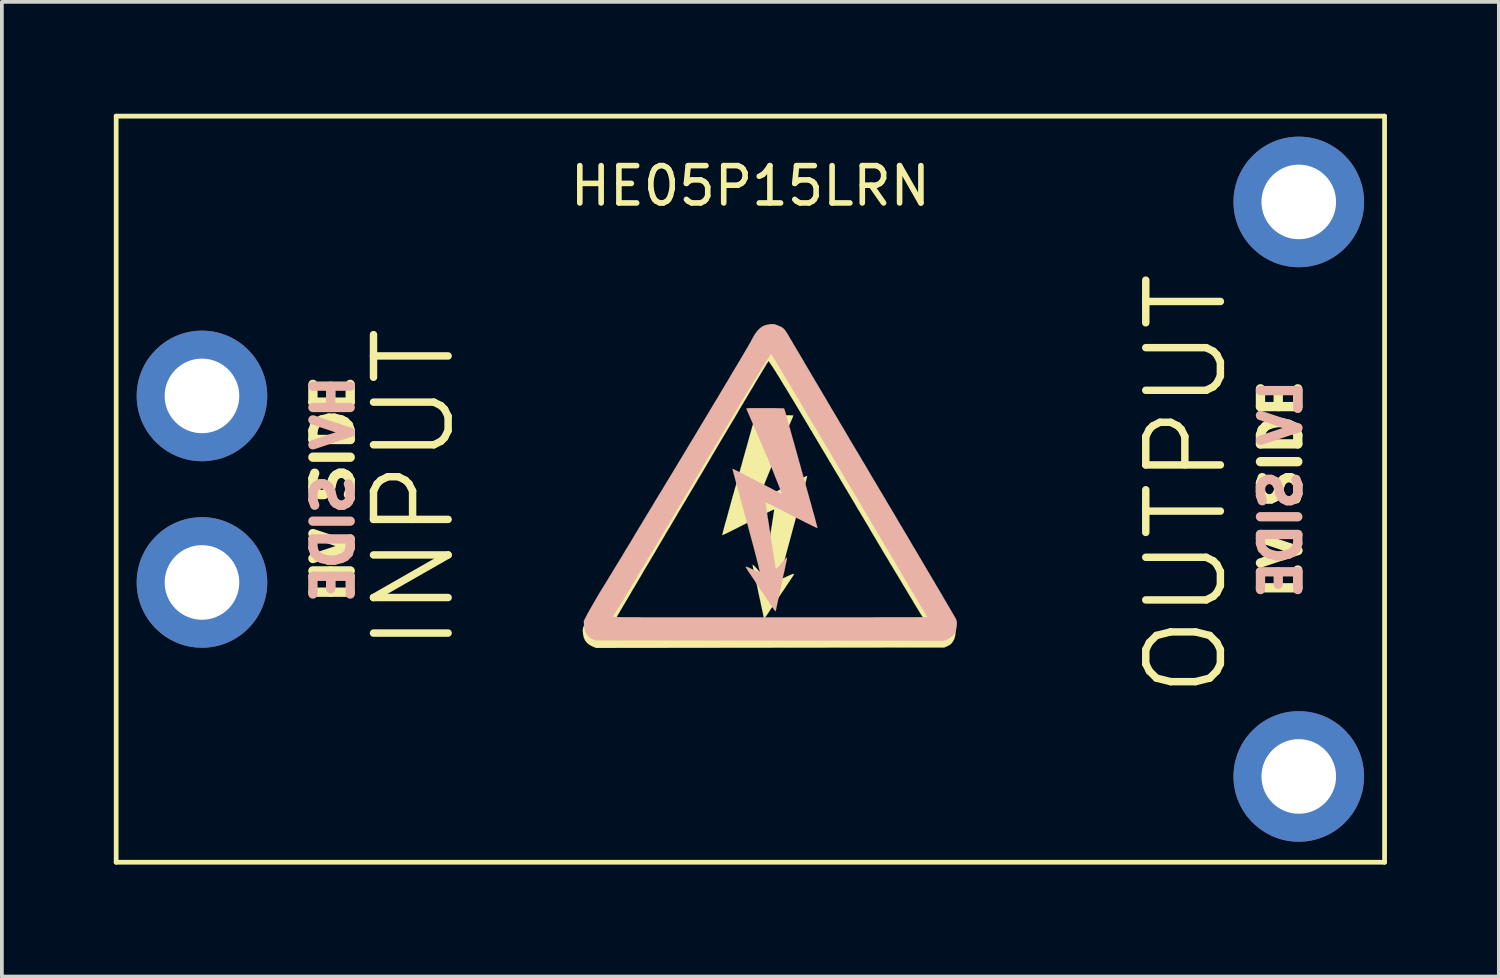
<source format=kicad_pcb>
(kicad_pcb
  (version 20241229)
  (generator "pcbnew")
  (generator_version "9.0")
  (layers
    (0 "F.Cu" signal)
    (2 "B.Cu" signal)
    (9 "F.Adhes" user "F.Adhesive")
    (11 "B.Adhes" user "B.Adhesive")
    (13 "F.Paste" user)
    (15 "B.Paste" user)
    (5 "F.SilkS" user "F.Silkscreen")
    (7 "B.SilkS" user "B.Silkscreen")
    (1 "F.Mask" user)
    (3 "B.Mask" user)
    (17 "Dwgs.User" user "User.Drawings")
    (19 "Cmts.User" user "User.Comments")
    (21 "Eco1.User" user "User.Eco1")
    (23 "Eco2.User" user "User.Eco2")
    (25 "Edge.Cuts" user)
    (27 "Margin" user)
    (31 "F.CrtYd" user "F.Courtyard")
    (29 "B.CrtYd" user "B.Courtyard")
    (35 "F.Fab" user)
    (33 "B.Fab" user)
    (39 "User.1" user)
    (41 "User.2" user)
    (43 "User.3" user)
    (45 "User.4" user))
  (footprint "HE05P15LRN"
    (layer "F.Cu")
    (at 17.064 10.063)
    (property "Reference" "HE05P15LRN" (at 0 -8.128 0) (layer "F.SilkS") (effects (font (size 1 1) (thickness 0.15))))
    (attr through_hole)
    (fp_line (start -17 -10) (end -17 10) (stroke (width 0.127) (type solid)) (layer "F.SilkS"))
    (fp_line (start -17 10) (end 17 10) (stroke (width 0.127) (type solid)) (layer "F.SilkS"))
    (fp_line (start 17 -10) (end -17 -10) (stroke (width 0.127) (type solid)) (layer "F.SilkS"))
    (fp_line (start 17 10) (end 17 -10) (stroke (width 0.127) (type solid)) (layer "F.SilkS"))
    (fp_poly (pts (xy 1.524 -0.358) (xy 1.521 -0.348) (xy 1.516 -0.323) (xy 1.506 -0.284) (xy 1.494 -0.239) (xy 1.494 -0.229) (xy 1.476 -0.17) (xy 1.458 -0.102) (xy 1.438 -0.028) (xy 1.42 0.036) (xy 1.417 0.043) (xy 1.405 0.089) (xy 1.392 0.132) (xy 1.382 0.175) (xy 1.369 0.221) (xy 1.354 0.272) (xy 1.339 0.33) (xy 1.321 0.401) (xy 1.298 0.485) (xy 1.27 0.587) (xy 1.267 0.589) (xy 1.24 0.696) (xy 1.217 0.782) (xy 1.196 0.859) (xy 1.179 0.922) (xy 1.163 0.98) (xy 1.148 1.031) (xy 1.135 1.082) (xy 1.12 1.133) (xy 1.118 1.146) (xy 1.102 1.204) (xy 1.087 1.262) (xy 1.072 1.316) (xy 1.062 1.356) (xy 1.059 1.367) (xy 1.019 1.514) (xy 0.98 1.656) (xy 0.945 1.788) (xy 0.912 1.913) (xy 0.884 2.024) (xy 0.859 2.126) (xy 0.836 2.212) (xy 0.818 2.289) (xy 0.805 2.347) (xy 0.795 2.388) (xy 0.792 2.413) (xy 0.792 2.421) (xy 0.805 2.418) (xy 0.831 2.408) (xy 0.871 2.39) (xy 0.917 2.37) (xy 0.963 2.349) (xy 1.029 2.319) (xy 1.079 2.296) (xy 1.115 2.281) (xy 1.14 2.273) (xy 1.158 2.271) (xy 1.166 2.273) (xy 1.168 2.273) (xy 1.168 2.276) (xy 1.166 2.283) (xy 1.161 2.294) (xy 1.151 2.309) (xy 1.138 2.332) (xy 1.118 2.365) (xy 1.09 2.405) (xy 1.054 2.459) (xy 1.011 2.522) (xy 0.958 2.601) (xy 0.897 2.695) (xy 0.884 2.715) (xy 0.828 2.794) (xy 0.77 2.883) (xy 0.709 2.972) (xy 0.653 3.058) (xy 0.599 3.137) (xy 0.551 3.205) (xy 0.538 3.226) (xy 0.493 3.297) (xy 0.455 3.353) (xy 0.427 3.393) (xy 0.404 3.424) (xy 0.389 3.447) (xy 0.378 3.457) (xy 0.371 3.462) (xy 0.368 3.462) (xy 0.366 3.457) (xy 0.366 3.454) (xy 0.361 3.439) (xy 0.353 3.409) (xy 0.345 3.368) (xy 0.335 3.32) (xy 0.328 3.284) (xy 0.315 3.231) (xy 0.302 3.165) (xy 0.284 3.086) (xy 0.267 3) (xy 0.246 2.908) (xy 0.226 2.814) (xy 0.218 2.779) (xy 0.198 2.682) (xy 0.178 2.586) (xy 0.157 2.492) (xy 0.137 2.403) (xy 0.119 2.324) (xy 0.107 2.258) (xy 0.094 2.205) (xy 0.091 2.195) (xy 0.081 2.139) (xy 0.071 2.093) (xy 0.064 2.055) (xy 0.061 2.032) (xy 0.061 2.027) (xy 0.069 2.027) (xy 0.079 2.035) (xy 0.099 2.052) (xy 0.127 2.083) (xy 0.165 2.123) (xy 0.211 2.177) (xy 0.262 2.235) (xy 0.3 2.276) (xy 0.328 2.306) (xy 0.345 2.324) (xy 0.358 2.332) (xy 0.363 2.332) (xy 0.366 2.322) (xy 0.371 2.294) (xy 0.376 2.253) (xy 0.386 2.2) (xy 0.394 2.141) (xy 0.396 2.123) (xy 0.409 2.047) (xy 0.422 1.963) (xy 0.434 1.882) (xy 0.447 1.808) (xy 0.455 1.758) (xy 0.465 1.692) (xy 0.478 1.613) (xy 0.49 1.529) (xy 0.503 1.45) (xy 0.508 1.407) (xy 0.518 1.328) (xy 0.533 1.24) (xy 0.546 1.148) (xy 0.561 1.062) (xy 0.566 1.026) (xy 0.579 0.953) (xy 0.589 0.876) (xy 0.602 0.8) (xy 0.612 0.734) (xy 0.617 0.696) (xy 0.625 0.645) (xy 0.632 0.602) (xy 0.638 0.569) (xy 0.64 0.554) (xy 0.64 0.551) (xy 0.64 0.546) (xy 0.632 0.544) (xy 0.62 0.549) (xy 0.594 0.559) (xy 0.561 0.574) (xy 0.513 0.597) (xy 0.455 0.627) (xy 0.378 0.665) (xy 0.335 0.688) (xy 0.15 0.782) (xy -0.018 0.869) (xy -0.168 0.945) (xy -0.302 1.013) (xy -0.417 1.072) (xy -0.516 1.12) (xy -0.597 1.161) (xy -0.66 1.191) (xy -0.709 1.214) (xy -0.739 1.227) (xy -0.752 1.232) (xy -0.752 1.229) (xy -0.752 1.217) (xy -0.744 1.186) (xy -0.732 1.138) (xy -0.716 1.079) (xy -0.699 1.011) (xy -0.678 0.935) (xy -0.655 0.853) (xy -0.63 0.767) (xy -0.612 0.701) (xy -0.594 0.635) (xy -0.577 0.569) (xy -0.559 0.511) (xy -0.546 0.46) (xy -0.538 0.429) (xy -0.526 0.386) (xy -0.511 0.33) (xy -0.493 0.269) (xy -0.478 0.213) (xy -0.46 0.15) (xy -0.439 0.079) (xy -0.422 0.01) (xy -0.409 -0.033) (xy -0.394 -0.084) (xy -0.376 -0.147) (xy -0.356 -0.218) (xy -0.335 -0.292) (xy -0.323 -0.34) (xy -0.305 -0.404) (xy -0.287 -0.47) (xy -0.269 -0.528) (xy -0.257 -0.579) (xy -0.246 -0.61) (xy -0.239 -0.638) (xy -0.226 -0.683) (xy -0.211 -0.742) (xy -0.191 -0.813) (xy -0.168 -0.892) (xy -0.145 -0.978) (xy -0.119 -1.069) (xy -0.107 -1.11) (xy -0.079 -1.209) (xy -0.051 -1.311) (xy -0.023 -1.412) (xy 0.005 -1.509) (xy 0.03 -1.598) (xy 0.051 -1.676) (xy 0.069 -1.737) (xy 0.071 -1.748) (xy 0.089 -1.811) (xy 0.104 -1.867) (xy 0.119 -1.915) (xy 0.132 -1.951) (xy 0.14 -1.971) (xy 0.142 -1.974) (xy 0.155 -1.976) (xy 0.183 -1.976) (xy 0.229 -1.979) (xy 0.287 -1.979) (xy 0.356 -1.981) (xy 0.432 -1.981) (xy 0.511 -1.981) (xy 0.597 -1.981) (xy 0.683 -1.981) (xy 0.772 -1.981) (xy 0.853 -1.981) (xy 0.932 -1.981) (xy 1.001 -1.981) (xy 1.059 -1.981) (xy 1.105 -1.979) (xy 1.135 -1.979) (xy 1.151 -1.976) (xy 1.148 -1.966) (xy 1.14 -1.941) (xy 1.125 -1.905) (xy 1.11 -1.869) (xy 1.011 -1.641) (xy 0.912 -1.417) (xy 0.82 -1.204) (xy 0.732 -0.996) (xy 0.648 -0.8) (xy 0.569 -0.617) (xy 0.5 -0.445) (xy 0.434 -0.287) (xy 0.378 -0.145) (xy 0.328 -0.018) (xy 0.315 0.013) (xy 0.29 0.076) (xy 0.267 0.137) (xy 0.246 0.188) (xy 0.231 0.231) (xy 0.218 0.259) (xy 0.218 0.264) (xy 0.208 0.292) (xy 0.201 0.31) (xy 0.201 0.315) (xy 0.211 0.312) (xy 0.236 0.3) (xy 0.279 0.279) (xy 0.335 0.251) (xy 0.404 0.216) (xy 0.485 0.173) (xy 0.577 0.124) (xy 0.678 0.071) (xy 0.79 0.015) (xy 0.909 -0.046) (xy 0.932 -0.058) (xy 1.026 -0.107) (xy 1.118 -0.155) (xy 1.204 -0.198) (xy 1.283 -0.239) (xy 1.351 -0.274) (xy 1.412 -0.305) (xy 1.463 -0.33) (xy 1.499 -0.348) (xy 1.519 -0.356) (xy 1.524 -0.358)) (stroke (width 0.003) (type solid)) (fill yes) (layer "F.SilkS"))
    (fp_poly (pts (xy 5.507 3.721) (xy 5.504 3.82) (xy 5.491 3.919) (xy 5.469 4.008) (xy 5.428 4.084) (xy 5.405 4.115) (xy 5.382 4.143) (xy 5.354 4.166) (xy 5.321 4.186) (xy 5.283 4.206) (xy 5.199 4.244) (xy 4.729 4.244) (xy 4.729 3.609) (xy 4.722 3.594) (xy 4.707 3.569) (xy 4.684 3.531) (xy 4.656 3.485) (xy 4.638 3.459) (xy 4.62 3.432) (xy 4.608 3.409) (xy 4.592 3.386) (xy 4.58 3.365) (xy 4.564 3.343) (xy 4.549 3.32) (xy 4.534 3.292) (xy 4.514 3.259) (xy 4.488 3.218) (xy 4.46 3.172) (xy 4.427 3.117) (xy 4.387 3.051) (xy 4.341 2.972) (xy 4.285 2.88) (xy 4.221 2.774) (xy 4.155 2.662) (xy 4.097 2.568) (xy 4.044 2.477) (xy 3.993 2.393) (xy 3.947 2.316) (xy 3.907 2.248) (xy 3.871 2.192) (xy 3.846 2.149) (xy 3.828 2.118) (xy 3.818 2.103) (xy 3.807 2.083) (xy 3.787 2.05) (xy 3.759 2.007) (xy 3.729 1.953) (xy 3.696 1.897) (xy 3.678 1.867) (xy 3.635 1.796) (xy 3.586 1.717) (xy 3.538 1.636) (xy 3.495 1.56) (xy 3.454 1.494) (xy 3.454 1.491) (xy 3.416 1.43) (xy 3.378 1.364) (xy 3.343 1.303) (xy 3.31 1.25) (xy 3.287 1.212) (xy 3.261 1.168) (xy 3.228 1.115) (xy 3.193 1.052) (xy 3.155 0.986) (xy 3.117 0.922) (xy 3.114 0.919) (xy 3.073 0.851) (xy 3.028 0.772) (xy 2.977 0.688) (xy 2.929 0.607) (xy 2.885 0.536) (xy 2.845 0.467) (xy 2.799 0.386) (xy 2.748 0.302) (xy 2.697 0.216) (xy 2.649 0.135) (xy 2.626 0.099) (xy 2.583 0.023) (xy 2.532 -0.058) (xy 2.482 -0.145) (xy 2.433 -0.226) (xy 2.39 -0.3) (xy 2.372 -0.33) (xy 2.337 -0.389) (xy 2.304 -0.442) (xy 2.276 -0.49) (xy 2.253 -0.528) (xy 2.238 -0.554) (xy 2.235 -0.559) (xy 2.223 -0.579) (xy 2.202 -0.615) (xy 2.177 -0.658) (xy 2.146 -0.709) (xy 2.123 -0.744) (xy 2.093 -0.798) (xy 2.065 -0.846) (xy 2.04 -0.886) (xy 2.022 -0.917) (xy 2.014 -0.93) (xy 2.004 -0.95) (xy 1.984 -0.983) (xy 1.956 -1.026) (xy 1.925 -1.079) (xy 1.892 -1.135) (xy 1.877 -1.161) (xy 1.834 -1.232) (xy 1.786 -1.313) (xy 1.735 -1.4) (xy 1.684 -1.483) (xy 1.641 -1.56) (xy 1.638 -1.562) (xy 1.6 -1.623) (xy 1.567 -1.681) (xy 1.534 -1.735) (xy 1.509 -1.781) (xy 1.488 -1.811) (xy 1.483 -1.821) (xy 1.466 -1.852) (xy 1.438 -1.897) (xy 1.402 -1.956) (xy 1.361 -2.027) (xy 1.313 -2.106) (xy 1.26 -2.195) (xy 1.204 -2.289) (xy 1.146 -2.385) (xy 1.085 -2.484) (xy 1.026 -2.583) (xy 0.968 -2.68) (xy 0.909 -2.774) (xy 0.856 -2.86) (xy 0.808 -2.941) (xy 0.765 -3.012) (xy 0.726 -3.073) (xy 0.721 -3.078) (xy 0.683 -3.145) (xy 0.643 -3.205) (xy 0.605 -3.266) (xy 0.569 -3.32) (xy 0.536 -3.365) (xy 0.513 -3.401) (xy 0.498 -3.426) (xy 0.488 -3.434) (xy 0.483 -3.426) (xy 0.465 -3.401) (xy 0.439 -3.363) (xy 0.406 -3.307) (xy 0.366 -3.241) (xy 0.318 -3.162) (xy 0.264 -3.071) (xy 0.203 -2.972) (xy 0.137 -2.863) (xy 0.069 -2.743) (xy -0.008 -2.619) (xy -0.084 -2.489) (xy -0.165 -2.355) (xy -0.206 -2.283) (xy -0.221 -2.261) (xy -0.244 -2.223) (xy -0.272 -2.174) (xy -0.307 -2.116) (xy -0.343 -2.052) (xy -0.381 -1.986) (xy -0.551 -1.702) (xy -0.714 -1.43) (xy -0.869 -1.168) (xy -1.019 -0.914) (xy -1.163 -0.668) (xy -1.308 -0.422) (xy -1.349 -0.353) (xy -1.387 -0.292) (xy -1.422 -0.231) (xy -1.455 -0.175) (xy -1.483 -0.13) (xy -1.504 -0.094) (xy -1.509 -0.084) (xy -1.527 -0.056) (xy -1.552 -0.013) (xy -1.582 0.038) (xy -1.618 0.097) (xy -1.656 0.163) (xy -1.684 0.208) (xy -1.722 0.274) (xy -1.76 0.338) (xy -1.796 0.396) (xy -1.826 0.447) (xy -1.849 0.485) (xy -1.859 0.505) (xy -1.882 0.541) (xy -1.91 0.587) (xy -1.941 0.64) (xy -1.971 0.693) (xy -1.976 0.701) (xy -2.024 0.782) (xy -2.073 0.866) (xy -2.121 0.947) (xy -2.167 1.026) (xy -2.21 1.095) (xy -2.243 1.151) (xy -2.256 1.171) (xy -2.281 1.214) (xy -2.306 1.26) (xy -2.329 1.298) (xy -2.332 1.3) (xy -2.344 1.326) (xy -2.37 1.367) (xy -2.403 1.422) (xy -2.446 1.496) (xy -2.497 1.582) (xy -2.555 1.684) (xy -2.624 1.798) (xy -2.697 1.923) (xy -2.781 2.062) (xy -2.87 2.212) (xy -2.873 2.217) (xy -2.918 2.296) (xy -2.967 2.38) (xy -3.018 2.466) (xy -3.066 2.548) (xy -3.109 2.621) (xy -3.137 2.664) (xy -3.175 2.728) (xy -3.213 2.797) (xy -3.251 2.86) (xy -3.284 2.918) (xy -3.312 2.964) (xy -3.317 2.969) (xy -3.345 3.018) (xy -3.373 3.066) (xy -3.396 3.106) (xy -3.414 3.134) (xy -3.454 3.205) (xy -3.495 3.274) (xy -3.536 3.343) (xy -3.574 3.409) (xy -3.609 3.467) (xy -3.64 3.518) (xy -3.663 3.559) (xy -3.68 3.586) (xy -3.688 3.599) (xy -3.691 3.599) (xy -3.698 3.614) (xy -3.698 3.617) (xy -3.688 3.617) (xy -3.66 3.619) (xy -3.612 3.619) (xy -3.546 3.619) (xy -3.462 3.619) (xy -3.36 3.622) (xy -3.246 3.622) (xy -3.114 3.622) (xy -2.967 3.622) (xy -2.807 3.622) (xy -2.631 3.622) (xy -2.443 3.622) (xy -2.245 3.625) (xy -2.035 3.625) (xy -1.811 3.625) (xy -1.58 3.625) (xy -1.339 3.625) (xy -1.087 3.625) (xy -0.828 3.625) (xy -0.564 3.625) (xy -0.29 3.625) (xy -0.01 3.625) (xy 0.277 3.625) (xy 0.518 3.625) (xy 0.866 3.625) (xy 1.194 3.625) (xy 1.501 3.625) (xy 1.791 3.625) (xy 2.065 3.625) (xy 2.319 3.625) (xy 2.558 3.625) (xy 2.781 3.625) (xy 2.99 3.625) (xy 3.18 3.625) (xy 3.358 3.625) (xy 3.52 3.625) (xy 3.673 3.625) (xy 3.81 3.625) (xy 3.934 3.625) (xy 4.049 3.622) (xy 4.15 3.622) (xy 4.242 3.622) (xy 4.323 3.622) (xy 4.397 3.622) (xy 4.46 3.622) (xy 4.516 3.619) (xy 4.562 3.619) (xy 4.602 3.619) (xy 4.636 3.617) (xy 4.663 3.617) (xy 4.686 3.617) (xy 4.702 3.614) (xy 4.714 3.614) (xy 4.722 3.612) (xy 4.727 3.612) (xy 4.729 3.609) (xy 4.729 4.244) (xy 0.531 4.249) (xy -4.135 4.255) (xy -4.224 4.219) (xy -4.308 4.176) (xy -4.376 4.122) (xy -4.427 4.059) (xy -4.463 3.983) (xy -4.483 3.894) (xy -4.491 3.8) (xy -4.491 3.772) (xy -4.488 3.749) (xy -4.486 3.729) (xy -4.481 3.706) (xy -4.47 3.68) (xy -4.455 3.65) (xy -4.432 3.609) (xy -4.404 3.559) (xy -4.366 3.495) (xy -4.346 3.459) (xy -4.313 3.404) (xy -4.28 3.348) (xy -4.252 3.299) (xy -4.229 3.261) (xy -4.214 3.236) (xy -4.196 3.203) (xy -4.168 3.157) (xy -4.135 3.101) (xy -4.1 3.038) (xy -4.059 2.969) (xy -4.018 2.901) (xy -3.98 2.835) (xy -3.973 2.824) (xy -3.95 2.786) (xy -3.922 2.738) (xy -3.889 2.682) (xy -3.853 2.621) (xy -3.818 2.563) (xy -3.777 2.494) (xy -3.731 2.416) (xy -3.683 2.334) (xy -3.637 2.256) (xy -3.609 2.207) (xy -3.571 2.144) (xy -3.531 2.075) (xy -3.49 2.007) (xy -3.454 1.946) (xy -3.429 1.902) (xy -3.399 1.852) (xy -3.363 1.791) (xy -3.322 1.725) (xy -3.282 1.656) (xy -3.246 1.593) (xy -3.208 1.529) (xy -3.17 1.463) (xy -3.132 1.4) (xy -3.099 1.346) (xy -3.073 1.303) (xy -3.073 1.3) (xy -3.058 1.278) (xy -3.043 1.25) (xy -3.023 1.217) (xy -3.002 1.181) (xy -2.974 1.138) (xy -2.944 1.085) (xy -2.908 1.024) (xy -2.868 0.955) (xy -2.819 0.871) (xy -2.764 0.777) (xy -2.7 0.671) (xy -2.626 0.549) (xy -2.545 0.409) (xy -2.54 0.404) (xy -2.497 0.328) (xy -2.451 0.254) (xy -2.408 0.18) (xy -2.37 0.117) (xy -2.337 0.061) (xy -2.311 0.018) (xy -2.301 0) (xy -2.281 -0.033) (xy -2.253 -0.079) (xy -2.217 -0.14) (xy -2.177 -0.208) (xy -2.134 -0.282) (xy -2.088 -0.361) (xy -2.047 -0.429) (xy -1.963 -0.569) (xy -1.885 -0.704) (xy -1.808 -0.831) (xy -1.737 -0.95) (xy -1.671 -1.059) (xy -1.613 -1.158) (xy -1.562 -1.245) (xy -1.521 -1.313) (xy -1.499 -1.351) (xy -1.481 -1.384) (xy -1.453 -1.433) (xy -1.417 -1.491) (xy -1.374 -1.562) (xy -1.328 -1.641) (xy -1.28 -1.725) (xy -1.229 -1.811) (xy -1.191 -1.872) (xy -1.138 -1.961) (xy -1.085 -2.052) (xy -1.031 -2.141) (xy -0.983 -2.225) (xy -0.937 -2.304) (xy -0.897 -2.37) (xy -0.866 -2.423) (xy -0.851 -2.449) (xy -0.813 -2.512) (xy -0.772 -2.583) (xy -0.732 -2.652) (xy -0.693 -2.713) (xy -0.673 -2.748) (xy -0.643 -2.802) (xy -0.605 -2.865) (xy -0.564 -2.934) (xy -0.523 -3.005) (xy -0.493 -3.053) (xy -0.419 -3.178) (xy -0.356 -3.289) (xy -0.297 -3.388) (xy -0.246 -3.475) (xy -0.203 -3.546) (xy -0.17 -3.602) (xy -0.147 -3.642) (xy -0.132 -3.665) (xy -0.117 -3.691) (xy -0.094 -3.729) (xy -0.069 -3.774) (xy -0.038 -3.825) (xy -0.03 -3.835) (xy 0.015 -3.917) (xy 0.053 -3.98) (xy 0.086 -4.031) (xy 0.114 -4.072) (xy 0.142 -4.102) (xy 0.168 -4.128) (xy 0.196 -4.148) (xy 0.226 -4.166) (xy 0.264 -4.181) (xy 0.307 -4.199) (xy 0.315 -4.201) (xy 0.358 -4.219) (xy 0.389 -4.229) (xy 0.419 -4.234) (xy 0.45 -4.234) (xy 0.495 -4.234) (xy 0.579 -4.221) (xy 0.658 -4.201) (xy 0.732 -4.166) (xy 0.798 -4.115) (xy 0.861 -4.049) (xy 0.922 -3.967) (xy 0.98 -3.866) (xy 1.013 -3.805) (xy 1.026 -3.78) (xy 1.049 -3.739) (xy 1.079 -3.686) (xy 1.115 -3.622) (xy 1.158 -3.551) (xy 1.204 -3.472) (xy 1.252 -3.391) (xy 1.3 -3.307) (xy 1.351 -3.223) (xy 1.4 -3.142) (xy 1.443 -3.068) (xy 1.46 -3.043) (xy 1.483 -3) (xy 1.516 -2.949) (xy 1.552 -2.888) (xy 1.59 -2.822) (xy 1.631 -2.753) (xy 1.633 -2.748) (xy 1.687 -2.662) (xy 1.748 -2.558) (xy 1.819 -2.438) (xy 1.897 -2.306) (xy 1.986 -2.159) (xy 2.083 -1.999) (xy 2.184 -1.829) (xy 2.294 -1.646) (xy 2.41 -1.453) (xy 2.532 -1.25) (xy 2.659 -1.041) (xy 2.789 -0.823) (xy 2.926 -0.597) (xy 3.063 -0.368) (xy 3.205 -0.132) (xy 3.35 0.104) (xy 3.386 0.165) (xy 3.449 0.269) (xy 3.518 0.381) (xy 3.592 0.503) (xy 3.665 0.627) (xy 3.741 0.752) (xy 3.818 0.876) (xy 3.891 0.998) (xy 3.96 1.115) (xy 4.026 1.222) (xy 4.084 1.318) (xy 4.135 1.402) (xy 4.163 1.453) (xy 4.249 1.595) (xy 4.326 1.722) (xy 4.397 1.836) (xy 4.46 1.943) (xy 4.519 2.042) (xy 4.577 2.136) (xy 4.633 2.228) (xy 4.689 2.319) (xy 4.747 2.416) (xy 4.801 2.504) (xy 4.902 2.67) (xy 4.994 2.819) (xy 5.077 2.954) (xy 5.151 3.078) (xy 5.215 3.188) (xy 5.273 3.289) (xy 5.326 3.381) (xy 5.372 3.462) (xy 5.413 3.538) (xy 5.446 3.599) (xy 5.507 3.721)) (stroke (width 0.003) (type solid)) (fill yes) (layer "F.SilkS"))
    (fp_poly (pts (xy -0.48 -0.549) (xy -0.478 -0.538) (xy -0.472 -0.513) (xy -0.462 -0.475) (xy -0.45 -0.429) (xy -0.45 -0.419) (xy -0.432 -0.361) (xy -0.414 -0.292) (xy -0.394 -0.218) (xy -0.376 -0.155) (xy -0.373 -0.147) (xy -0.361 -0.102) (xy -0.348 -0.058) (xy -0.338 -0.015) (xy -0.325 0.03) (xy -0.31 0.081) (xy -0.295 0.14) (xy -0.277 0.211) (xy -0.254 0.295) (xy -0.226 0.396) (xy -0.224 0.399) (xy -0.196 0.505) (xy -0.173 0.592) (xy -0.152 0.668) (xy -0.135 0.732) (xy -0.119 0.79) (xy -0.104 0.841) (xy -0.091 0.892) (xy -0.076 0.942) (xy -0.074 0.955) (xy -0.058 1.013) (xy -0.043 1.072) (xy -0.028 1.125) (xy -0.018 1.166) (xy -0.015 1.176) (xy 0.025 1.323) (xy 0.064 1.466) (xy 0.099 1.598) (xy 0.132 1.722) (xy 0.16 1.834) (xy 0.185 1.935) (xy 0.208 2.022) (xy 0.226 2.098) (xy 0.239 2.156) (xy 0.249 2.197) (xy 0.251 2.223) (xy 0.251 2.23) (xy 0.239 2.228) (xy 0.213 2.217) (xy 0.173 2.2) (xy 0.127 2.179) (xy 0.081 2.159) (xy 0.015 2.129) (xy -0.036 2.106) (xy -0.071 2.09) (xy -0.097 2.083) (xy -0.114 2.08) (xy -0.122 2.083) (xy -0.124 2.083) (xy -0.124 2.085) (xy -0.122 2.093) (xy -0.117 2.103) (xy -0.107 2.118) (xy -0.094 2.141) (xy -0.074 2.174) (xy -0.046 2.215) (xy -0.01 2.268) (xy 0.033 2.332) (xy 0.086 2.41) (xy 0.147 2.504) (xy 0.16 2.525) (xy 0.216 2.603) (xy 0.274 2.692) (xy 0.335 2.781) (xy 0.391 2.868) (xy 0.445 2.946) (xy 0.493 3.015) (xy 0.505 3.035) (xy 0.551 3.106) (xy 0.589 3.162) (xy 0.617 3.203) (xy 0.64 3.233) (xy 0.655 3.256) (xy 0.665 3.266) (xy 0.673 3.272) (xy 0.676 3.272) (xy 0.678 3.266) (xy 0.678 3.264) (xy 0.683 3.249) (xy 0.691 3.218) (xy 0.699 3.178) (xy 0.709 3.129) (xy 0.716 3.094) (xy 0.729 3.04) (xy 0.742 2.974) (xy 0.759 2.896) (xy 0.777 2.809) (xy 0.798 2.718) (xy 0.818 2.624) (xy 0.826 2.588) (xy 0.846 2.492) (xy 0.866 2.395) (xy 0.886 2.301) (xy 0.907 2.212) (xy 0.925 2.134) (xy 0.937 2.068) (xy 0.95 2.014) (xy 0.953 2.004) (xy 0.963 1.948) (xy 0.973 1.902) (xy 0.98 1.864) (xy 0.983 1.841) (xy 0.983 1.836) (xy 0.975 1.836) (xy 0.965 1.844) (xy 0.945 1.862) (xy 0.917 1.892) (xy 0.879 1.933) (xy 0.833 1.986) (xy 0.782 2.045) (xy 0.744 2.085) (xy 0.716 2.116) (xy 0.699 2.134) (xy 0.686 2.141) (xy 0.681 2.141) (xy 0.678 2.131) (xy 0.673 2.103) (xy 0.668 2.062) (xy 0.658 2.009) (xy 0.65 1.951) (xy 0.648 1.933) (xy 0.635 1.857) (xy 0.622 1.773) (xy 0.61 1.692) (xy 0.597 1.618) (xy 0.589 1.567) (xy 0.579 1.501) (xy 0.566 1.422) (xy 0.554 1.339) (xy 0.541 1.26) (xy 0.536 1.217) (xy 0.526 1.138) (xy 0.511 1.049) (xy 0.498 0.958) (xy 0.483 0.871) (xy 0.478 0.836) (xy 0.465 0.762) (xy 0.455 0.686) (xy 0.442 0.61) (xy 0.432 0.544) (xy 0.427 0.505) (xy 0.419 0.455) (xy 0.411 0.411) (xy 0.406 0.378) (xy 0.404 0.363) (xy 0.404 0.361) (xy 0.404 0.356) (xy 0.411 0.353) (xy 0.424 0.358) (xy 0.45 0.368) (xy 0.483 0.384) (xy 0.531 0.406) (xy 0.589 0.437) (xy 0.665 0.475) (xy 0.709 0.498) (xy 0.894 0.592) (xy 1.062 0.678) (xy 1.212 0.754) (xy 1.346 0.823) (xy 1.46 0.881) (xy 1.56 0.93) (xy 1.641 0.97) (xy 1.704 1.001) (xy 1.753 1.024) (xy 1.783 1.036) (xy 1.796 1.041) (xy 1.796 1.039) (xy 1.796 1.026) (xy 1.788 0.996) (xy 1.775 0.947) (xy 1.76 0.889) (xy 1.742 0.82) (xy 1.722 0.744) (xy 1.699 0.663) (xy 1.674 0.577) (xy 1.656 0.511) (xy 1.638 0.445) (xy 1.621 0.378) (xy 1.603 0.32) (xy 1.59 0.269) (xy 1.582 0.239) (xy 1.57 0.196) (xy 1.554 0.14) (xy 1.537 0.079) (xy 1.521 0.023) (xy 1.504 -0.041) (xy 1.483 -0.112) (xy 1.466 -0.18) (xy 1.453 -0.224) (xy 1.438 -0.274) (xy 1.42 -0.338) (xy 1.4 -0.409) (xy 1.379 -0.483) (xy 1.367 -0.531) (xy 1.349 -0.594) (xy 1.331 -0.66) (xy 1.313 -0.719) (xy 1.3 -0.77) (xy 1.29 -0.8) (xy 1.283 -0.828) (xy 1.27 -0.874) (xy 1.255 -0.932) (xy 1.234 -1.003) (xy 1.212 -1.082) (xy 1.189 -1.168) (xy 1.163 -1.26) (xy 1.151 -1.3) (xy 1.123 -1.4) (xy 1.095 -1.501) (xy 1.067 -1.603) (xy 1.039 -1.699) (xy 1.013 -1.788) (xy 0.993 -1.867) (xy 0.975 -1.928) (xy 0.973 -1.938) (xy 0.955 -2.002) (xy 0.94 -2.057) (xy 0.925 -2.106) (xy 0.912 -2.141) (xy 0.904 -2.162) (xy 0.902 -2.164) (xy 0.889 -2.167) (xy 0.861 -2.167) (xy 0.815 -2.169) (xy 0.757 -2.169) (xy 0.688 -2.172) (xy 0.612 -2.172) (xy 0.533 -2.172) (xy 0.447 -2.172) (xy 0.361 -2.172) (xy 0.272 -2.172) (xy 0.191 -2.172) (xy 0.112 -2.172) (xy 0.043 -2.172) (xy -0.015 -2.172) (xy -0.061 -2.169) (xy -0.091 -2.169) (xy -0.107 -2.167) (xy -0.104 -2.156) (xy -0.097 -2.131) (xy -0.081 -2.095) (xy -0.066 -2.06) (xy 0.033 -1.831) (xy 0.132 -1.608) (xy 0.224 -1.394) (xy 0.312 -1.186) (xy 0.396 -0.991) (xy 0.475 -0.808) (xy 0.544 -0.635) (xy 0.61 -0.478) (xy 0.665 -0.335) (xy 0.716 -0.208) (xy 0.729 -0.178) (xy 0.754 -0.114) (xy 0.777 -0.053) (xy 0.798 -0.003) (xy 0.813 0.041) (xy 0.826 0.069) (xy 0.826 0.074) (xy 0.836 0.102) (xy 0.843 0.119) (xy 0.843 0.124) (xy 0.833 0.122) (xy 0.808 0.109) (xy 0.765 0.089) (xy 0.709 0.061) (xy 0.64 0.025) (xy 0.559 -0.018) (xy 0.467 -0.066) (xy 0.366 -0.119) (xy 0.254 -0.175) (xy 0.135 -0.236) (xy 0.112 -0.249) (xy 0.018 -0.297) (xy -0.074 -0.345) (xy -0.16 -0.389) (xy -0.239 -0.429) (xy -0.307 -0.465) (xy -0.368 -0.495) (xy -0.419 -0.521) (xy -0.455 -0.538) (xy -0.475 -0.546) (xy -0.48 -0.549)) (stroke (width 0.003) (type solid)) (fill yes) (layer "B.SilkS"))
    (fp_poly (pts (xy -4.463 3.531) (xy -4.46 3.63) (xy -4.448 3.729) (xy -4.425 3.818) (xy -4.384 3.894) (xy -4.361 3.924) (xy -4.338 3.952) (xy -4.31 3.975) (xy -4.277 3.995) (xy -4.239 4.016) (xy -4.155 4.054) (xy -3.686 4.054) (xy -3.686 3.419) (xy -3.678 3.404) (xy -3.663 3.378) (xy -3.64 3.34) (xy -3.612 3.294) (xy -3.594 3.269) (xy -3.576 3.241) (xy -3.564 3.218) (xy -3.548 3.195) (xy -3.536 3.175) (xy -3.52 3.152) (xy -3.505 3.129) (xy -3.49 3.101) (xy -3.47 3.068) (xy -3.444 3.028) (xy -3.416 2.982) (xy -3.383 2.926) (xy -3.343 2.86) (xy -3.297 2.781) (xy -3.241 2.69) (xy -3.178 2.583) (xy -3.111 2.471) (xy -3.053 2.377) (xy -3 2.286) (xy -2.949 2.202) (xy -2.903 2.126) (xy -2.863 2.057) (xy -2.827 2.002) (xy -2.802 1.958) (xy -2.784 1.928) (xy -2.774 1.913) (xy -2.764 1.892) (xy -2.743 1.859) (xy -2.715 1.816) (xy -2.685 1.763) (xy -2.652 1.707) (xy -2.634 1.676) (xy -2.591 1.605) (xy -2.543 1.527) (xy -2.494 1.445) (xy -2.451 1.369) (xy -2.41 1.303) (xy -2.41 1.3) (xy -2.372 1.24) (xy -2.334 1.173) (xy -2.299 1.113) (xy -2.266 1.059) (xy -2.243 1.021) (xy -2.217 0.978) (xy -2.184 0.925) (xy -2.149 0.861) (xy -2.111 0.795) (xy -2.073 0.732) (xy -2.07 0.729) (xy -2.029 0.66) (xy -1.984 0.582) (xy -1.933 0.498) (xy -1.885 0.417) (xy -1.841 0.345) (xy -1.801 0.277) (xy -1.755 0.196) (xy -1.704 0.112) (xy -1.654 0.025) (xy -1.605 -0.056) (xy -1.582 -0.091) (xy -1.539 -0.168) (xy -1.488 -0.249) (xy -1.438 -0.335) (xy -1.389 -0.417) (xy -1.346 -0.49) (xy -1.328 -0.521) (xy -1.293 -0.579) (xy -1.26 -0.632) (xy -1.232 -0.681) (xy -1.209 -0.719) (xy -1.194 -0.744) (xy -1.191 -0.749) (xy -1.179 -0.77) (xy -1.158 -0.805) (xy -1.133 -0.848) (xy -1.102 -0.899) (xy -1.079 -0.935) (xy -1.049 -0.988) (xy -1.021 -1.036) (xy -0.996 -1.077) (xy -0.978 -1.107) (xy -0.97 -1.12) (xy -0.96 -1.14) (xy -0.94 -1.173) (xy -0.912 -1.217) (xy -0.881 -1.27) (xy -0.848 -1.326) (xy -0.833 -1.351) (xy -0.79 -1.422) (xy -0.742 -1.504) (xy -0.691 -1.59) (xy -0.64 -1.674) (xy -0.597 -1.75) (xy -0.594 -1.753) (xy -0.556 -1.814) (xy -0.523 -1.872) (xy -0.49 -1.925) (xy -0.465 -1.971) (xy -0.445 -2.002) (xy -0.439 -2.012) (xy -0.422 -2.042) (xy -0.394 -2.088) (xy -0.358 -2.146) (xy -0.318 -2.217) (xy -0.269 -2.296) (xy -0.216 -2.385) (xy -0.16 -2.479) (xy -0.102 -2.576) (xy -0.041 -2.675) (xy 0.018 -2.774) (xy 0.076 -2.87) (xy 0.135 -2.964) (xy 0.188 -3.051) (xy 0.236 -3.132) (xy 0.279 -3.203) (xy 0.318 -3.264) (xy 0.323 -3.269) (xy 0.361 -3.335) (xy 0.401 -3.396) (xy 0.439 -3.457) (xy 0.475 -3.51) (xy 0.508 -3.556) (xy 0.531 -3.592) (xy 0.546 -3.617) (xy 0.556 -3.625) (xy 0.561 -3.617) (xy 0.579 -3.592) (xy 0.605 -3.553) (xy 0.638 -3.498) (xy 0.678 -3.432) (xy 0.726 -3.353) (xy 0.78 -3.261) (xy 0.841 -3.162) (xy 0.907 -3.053) (xy 0.975 -2.934) (xy 1.052 -2.809) (xy 1.128 -2.68) (xy 1.209 -2.545) (xy 1.25 -2.474) (xy 1.265 -2.451) (xy 1.288 -2.413) (xy 1.316 -2.365) (xy 1.351 -2.306) (xy 1.387 -2.243) (xy 1.425 -2.177) (xy 1.595 -1.892) (xy 1.758 -1.621) (xy 1.913 -1.359) (xy 2.062 -1.105) (xy 2.207 -0.859) (xy 2.352 -0.612) (xy 2.393 -0.544) (xy 2.431 -0.483) (xy 2.466 -0.422) (xy 2.499 -0.366) (xy 2.527 -0.32) (xy 2.548 -0.284) (xy 2.553 -0.274) (xy 2.57 -0.246) (xy 2.596 -0.203) (xy 2.626 -0.152) (xy 2.662 -0.094) (xy 2.7 -0.028) (xy 2.728 0.018) (xy 2.766 0.084) (xy 2.804 0.147) (xy 2.84 0.206) (xy 2.87 0.257) (xy 2.893 0.295) (xy 2.903 0.315) (xy 2.926 0.351) (xy 2.954 0.396) (xy 2.985 0.45) (xy 3.015 0.503) (xy 3.02 0.511) (xy 3.068 0.592) (xy 3.117 0.676) (xy 3.165 0.757) (xy 3.211 0.836) (xy 3.254 0.904) (xy 3.287 0.96) (xy 3.299 0.98) (xy 3.325 1.024) (xy 3.35 1.069) (xy 3.373 1.107) (xy 3.376 1.11) (xy 3.388 1.135) (xy 3.414 1.176) (xy 3.447 1.232) (xy 3.49 1.306) (xy 3.541 1.392) (xy 3.599 1.494) (xy 3.668 1.608) (xy 3.741 1.732) (xy 3.825 1.872) (xy 3.914 2.022) (xy 3.917 2.027) (xy 3.962 2.106) (xy 4.011 2.189) (xy 4.061 2.276) (xy 4.11 2.357) (xy 4.153 2.431) (xy 4.181 2.474) (xy 4.219 2.537) (xy 4.257 2.606) (xy 4.295 2.67) (xy 4.328 2.728) (xy 4.356 2.774) (xy 4.361 2.779) (xy 4.389 2.827) (xy 4.417 2.875) (xy 4.44 2.916) (xy 4.458 2.944) (xy 4.498 3.015) (xy 4.539 3.084) (xy 4.58 3.152) (xy 4.618 3.218) (xy 4.653 3.277) (xy 4.684 3.327) (xy 4.707 3.368) (xy 4.724 3.396) (xy 4.732 3.409) (xy 4.735 3.409) (xy 4.742 3.424) (xy 4.742 3.426) (xy 4.732 3.426) (xy 4.704 3.429) (xy 4.656 3.429) (xy 4.59 3.429) (xy 4.506 3.429) (xy 4.404 3.432) (xy 4.29 3.432) (xy 4.158 3.432) (xy 4.011 3.432) (xy 3.851 3.432) (xy 3.675 3.432) (xy 3.487 3.432) (xy 3.289 3.434) (xy 3.078 3.434) (xy 2.855 3.434) (xy 2.624 3.434) (xy 2.383 3.434) (xy 2.131 3.434) (xy 1.872 3.434) (xy 1.608 3.434) (xy 1.333 3.434) (xy 1.054 3.434) (xy 0.767 3.434) (xy 0.526 3.434) (xy 0.178 3.434) (xy -0.15 3.434) (xy -0.457 3.434) (xy -0.747 3.434) (xy -1.021 3.434) (xy -1.275 3.434) (xy -1.514 3.434) (xy -1.737 3.434) (xy -1.946 3.434) (xy -2.136 3.434) (xy -2.314 3.434) (xy -2.477 3.434) (xy -2.629 3.434) (xy -2.766 3.434) (xy -2.891 3.434) (xy -3.005 3.432) (xy -3.106 3.432) (xy -3.198 3.432) (xy -3.279 3.432) (xy -3.353 3.432) (xy -3.416 3.432) (xy -3.472 3.429) (xy -3.518 3.429) (xy -3.559 3.429) (xy -3.592 3.426) (xy -3.619 3.426) (xy -3.642 3.426) (xy -3.658 3.424) (xy -3.67 3.424) (xy -3.678 3.421) (xy -3.683 3.421) (xy -3.686 3.419) (xy -3.686 4.054) (xy 0.513 4.059) (xy 5.179 4.064) (xy 5.268 4.028) (xy 5.352 3.985) (xy 5.42 3.932) (xy 5.471 3.868) (xy 5.507 3.792) (xy 5.527 3.703) (xy 5.535 3.609) (xy 5.535 3.581) (xy 5.532 3.559) (xy 5.53 3.538) (xy 5.524 3.515) (xy 5.514 3.49) (xy 5.499 3.459) (xy 5.476 3.419) (xy 5.448 3.368) (xy 5.41 3.305) (xy 5.39 3.269) (xy 5.357 3.213) (xy 5.324 3.157) (xy 5.296 3.109) (xy 5.273 3.071) (xy 5.258 3.045) (xy 5.24 3.012) (xy 5.212 2.967) (xy 5.179 2.911) (xy 5.144 2.847) (xy 5.103 2.779) (xy 5.062 2.71) (xy 5.024 2.644) (xy 5.016 2.634) (xy 4.994 2.596) (xy 4.966 2.548) (xy 4.933 2.492) (xy 4.897 2.431) (xy 4.862 2.372) (xy 4.821 2.304) (xy 4.775 2.225) (xy 4.727 2.144) (xy 4.681 2.065) (xy 4.653 2.017) (xy 4.615 1.953) (xy 4.575 1.885) (xy 4.534 1.816) (xy 4.498 1.755) (xy 4.473 1.712) (xy 4.442 1.661) (xy 4.407 1.6) (xy 4.366 1.534) (xy 4.326 1.466) (xy 4.29 1.402) (xy 4.252 1.339) (xy 4.214 1.273) (xy 4.176 1.209) (xy 4.143 1.156) (xy 4.117 1.113) (xy 4.117 1.11) (xy 4.102 1.087) (xy 4.087 1.059) (xy 4.067 1.026) (xy 4.046 0.991) (xy 4.018 0.947) (xy 3.988 0.894) (xy 3.952 0.833) (xy 3.912 0.765) (xy 3.863 0.681) (xy 3.807 0.587) (xy 3.744 0.48) (xy 3.67 0.358) (xy 3.589 0.218) (xy 3.584 0.213) (xy 3.541 0.137) (xy 3.495 0.064) (xy 3.452 -0.01) (xy 3.414 -0.074) (xy 3.381 -0.13) (xy 3.355 -0.173) (xy 3.345 -0.191) (xy 3.325 -0.224) (xy 3.297 -0.269) (xy 3.261 -0.33) (xy 3.221 -0.399) (xy 3.178 -0.472) (xy 3.132 -0.551) (xy 3.091 -0.62) (xy 3.007 -0.759) (xy 2.929 -0.894) (xy 2.852 -1.021) (xy 2.781 -1.14) (xy 2.715 -1.25) (xy 2.657 -1.349) (xy 2.606 -1.435) (xy 2.565 -1.504) (xy 2.543 -1.542) (xy 2.525 -1.575) (xy 2.497 -1.623) (xy 2.461 -1.681) (xy 2.418 -1.753) (xy 2.372 -1.831) (xy 2.324 -1.915) (xy 2.273 -2.002) (xy 2.235 -2.062) (xy 2.182 -2.151) (xy 2.129 -2.243) (xy 2.075 -2.332) (xy 2.027 -2.416) (xy 1.981 -2.494) (xy 1.941 -2.56) (xy 1.91 -2.614) (xy 1.895 -2.639) (xy 1.857 -2.703) (xy 1.816 -2.774) (xy 1.775 -2.842) (xy 1.737 -2.903) (xy 1.717 -2.939) (xy 1.687 -2.992) (xy 1.648 -3.056) (xy 1.608 -3.124) (xy 1.567 -3.195) (xy 1.537 -3.244) (xy 1.463 -3.368) (xy 1.4 -3.48) (xy 1.341 -3.579) (xy 1.29 -3.665) (xy 1.247 -3.736) (xy 1.214 -3.792) (xy 1.191 -3.833) (xy 1.176 -3.856) (xy 1.161 -3.881) (xy 1.138 -3.919) (xy 1.113 -3.965) (xy 1.082 -4.016) (xy 1.074 -4.026) (xy 1.029 -4.107) (xy 0.991 -4.171) (xy 0.958 -4.221) (xy 0.93 -4.262) (xy 0.902 -4.293) (xy 0.876 -4.318) (xy 0.848 -4.338) (xy 0.818 -4.356) (xy 0.78 -4.371) (xy 0.737 -4.389) (xy 0.729 -4.392) (xy 0.686 -4.409) (xy 0.655 -4.42) (xy 0.625 -4.425) (xy 0.594 -4.425) (xy 0.549 -4.425) (xy 0.465 -4.412) (xy 0.386 -4.392) (xy 0.312 -4.356) (xy 0.246 -4.305) (xy 0.183 -4.239) (xy 0.122 -4.158) (xy 0.064 -4.056) (xy 0.03 -3.995) (xy 0.018 -3.97) (xy -0.005 -3.929) (xy -0.036 -3.876) (xy -0.071 -3.813) (xy -0.114 -3.741) (xy -0.16 -3.663) (xy -0.208 -3.581) (xy -0.257 -3.498) (xy -0.307 -3.414) (xy -0.356 -3.332) (xy -0.399 -3.259) (xy -0.417 -3.233) (xy -0.439 -3.19) (xy -0.472 -3.139) (xy -0.508 -3.078) (xy -0.546 -3.012) (xy -0.587 -2.944) (xy -0.589 -2.939) (xy -0.643 -2.852) (xy -0.704 -2.748) (xy -0.775 -2.629) (xy -0.853 -2.497) (xy -0.942 -2.349) (xy -1.039 -2.189) (xy -1.14 -2.019) (xy -1.25 -1.836) (xy -1.367 -1.643) (xy -1.488 -1.44) (xy -1.615 -1.232) (xy -1.745 -1.013) (xy -1.882 -0.787) (xy -2.019 -0.559) (xy -2.162 -0.323) (xy -2.306 -0.086) (xy -2.342 -0.025) (xy -2.405 0.079) (xy -2.474 0.191) (xy -2.548 0.312) (xy -2.621 0.437) (xy -2.697 0.561) (xy -2.774 0.686) (xy -2.847 0.808) (xy -2.916 0.925) (xy -2.982 1.031) (xy -3.04 1.128) (xy -3.091 1.212) (xy -3.119 1.262) (xy -3.205 1.405) (xy -3.282 1.532) (xy -3.353 1.646) (xy -3.416 1.753) (xy -3.475 1.852) (xy -3.533 1.946) (xy -3.589 2.037) (xy -3.645 2.129) (xy -3.703 2.225) (xy -3.757 2.314) (xy -3.858 2.479) (xy -3.95 2.629) (xy -4.034 2.764) (xy -4.107 2.888) (xy -4.171 2.997) (xy -4.229 3.099) (xy -4.282 3.19) (xy -4.328 3.272) (xy -4.369 3.348) (xy -4.402 3.409) (xy -4.463 3.531)) (stroke (width 0.003) (type solid)) (fill yes) (layer "B.SilkS"))
    (fp_text user "INPUT" (at -9.017 0 90) (layer "F.SilkS") (effects (font (size 2 2) (thickness 0.2))))
    (fp_text user "OUTPUT" (at 11.684 -0.127 90) (layer "F.SilkS") (effects (font (size 2 2) (thickness 0.2))))
    (fp_text user "HV SIDE" (at -11.176 0 90) (layer "F.SilkS") (effects (font (size 1 1) (thickness 0.25))))
    (fp_text user "LV SIDE" (at 14.224 0 270) (layer "F.SilkS") (effects (font (size 1 1) (thickness 0.25))))
    (fp_text user "LV SIDE" (at 14.224 0 270) (layer "B.SilkS") (effects (font (size 1 1) (thickness 0.25)) (justify mirror)))
    (fp_text user "HV SIDE" (at -11.176 0 270) (layer "B.SilkS") (effects (font (size 1 1) (thickness 0.25)) (justify mirror)))
    (pad "1" thru_hole circle (at -14.7 -2.5) (size 3.5 3.5) (drill 2) (layers "*.Cu" "*.Mask"))
    (pad "2" thru_hole circle (at -14.7 2.5) (size 3.5 3.5) (drill 2) (layers "*.Cu" "*.Mask"))
    (pad "3" thru_hole circle (at 14.7 -7.7) (size 3.5 3.5) (drill 2) (layers "*.Cu" "*.Mask"))
    (pad "4" thru_hole circle (at 14.7 7.7) (size 3.5 3.5) (drill 2) (layers "*.Cu" "*.Mask")))
  (gr_rect
    (start -3 -3)
    (end 37.127 23.127)
    (stroke (width 0.1) (type default))
    (fill no)
    (layer "Edge.Cuts")))
</source>
